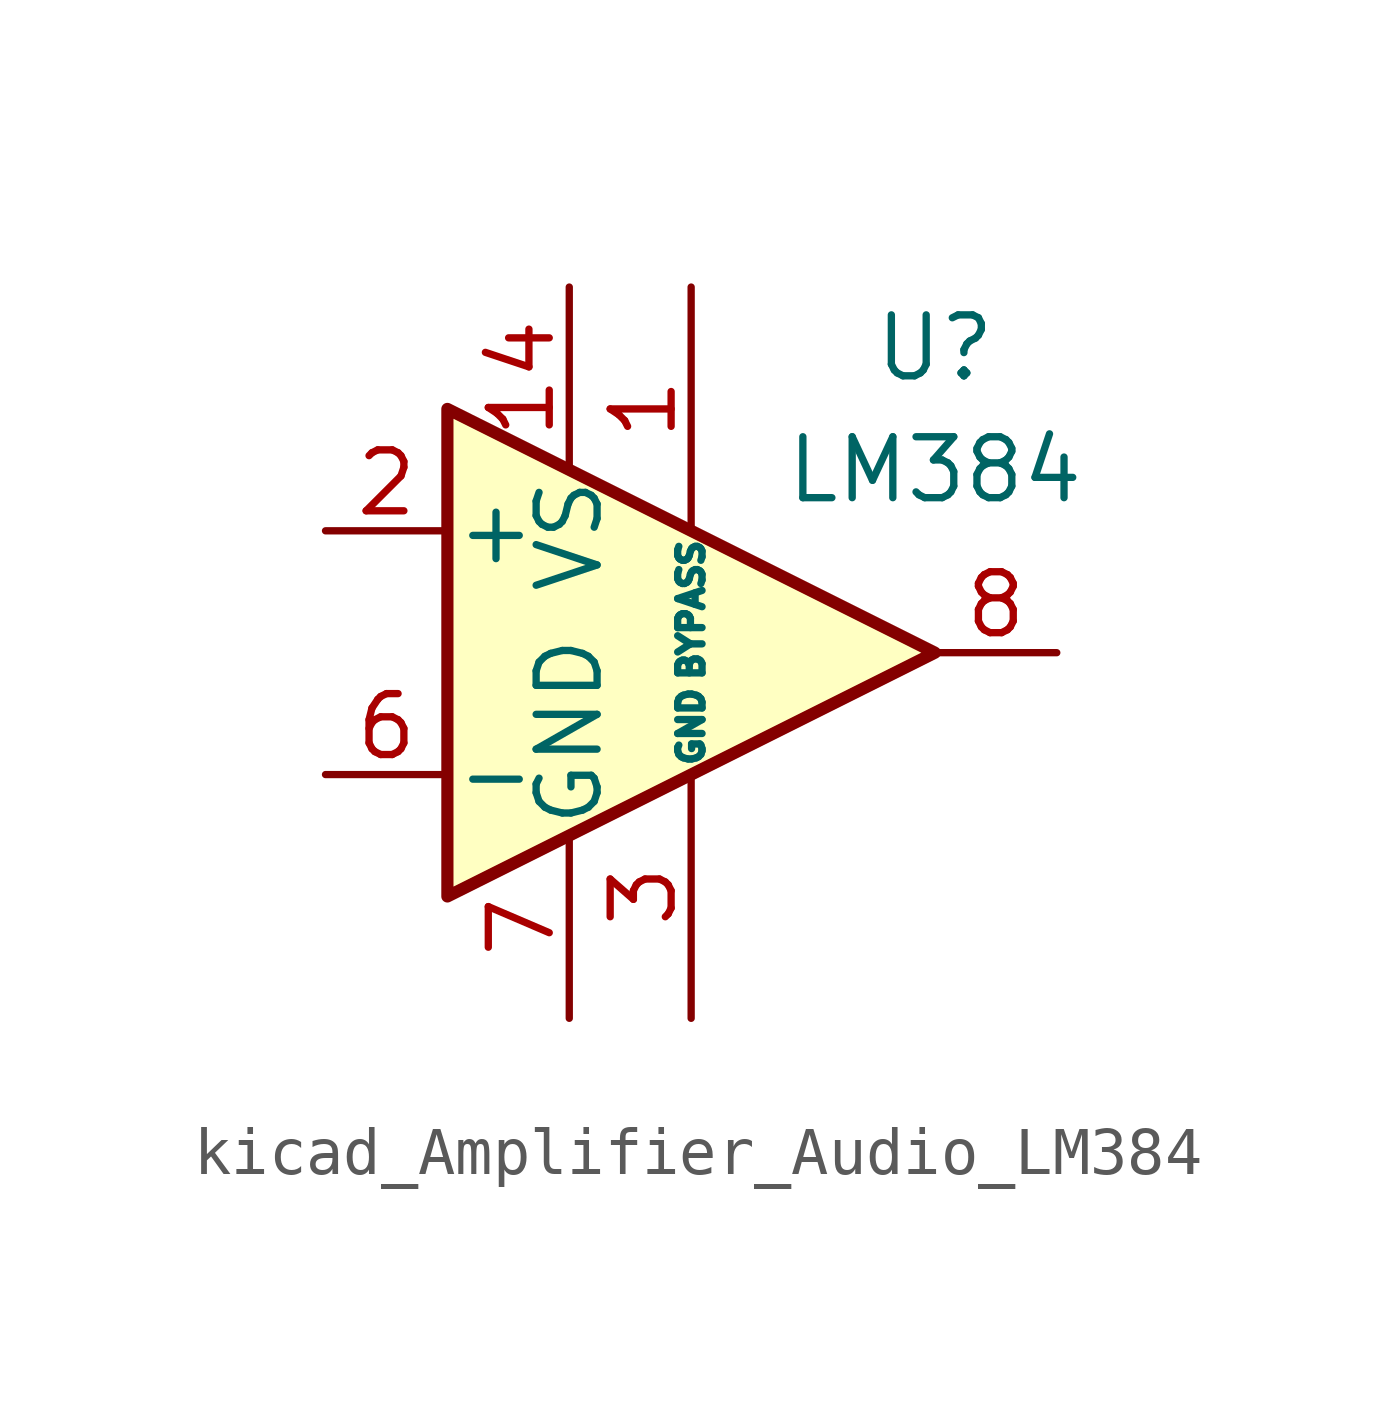
<source format=kicad_sym>
(kicad_symbol_lib
  (version 20220914)
  (generator kicad_symbol_editor)
  (symbol "kicad_Amplifier_Audio_LM384"
    (pin_names
      (offset 0.127))
    (property "Reference" "U"
      (at 5.08 6.35 0)
      (effects (font (size 1.27 1.27))))
    (property "Value" "LM384"
      (at 5.08 3.81 0)
      (effects (font (size 1.27 1.27))))
    (symbol "kicad_Amplifier_Audio_LM384_0_1"
      (polyline (pts (xy -5.08 5.08) (xy 5.08 0) (xy -5.08 -5.08) (xy -5.08 5.08)) (stroke (width 0.254) (type default)) (fill (type background))))
    (symbol "kicad_Amplifier_Audio_LM384_1_1"
      (pin passive line (at 0 7.62 270) (length 5.08) (name "BYPASS" (effects (font (size 0.508 0.508)))) (number "1" (effects (font (size 1.27 1.27)))))
      (pin passive line (at 0 -7.62 90) (length 5.08) hide (name "GND" (effects (font (size 0.508 0.508)))) (number "10" (effects (font (size 1.27 1.27)))))
      (pin passive line (at 0 -7.62 90) (length 5.08) hide (name "GND" (effects (font (size 0.508 0.508)))) (number "11" (effects (font (size 1.27 1.27)))))
      (pin passive line (at 0 -7.62 90) (length 5.08) hide (name "GND" (effects (font (size 0.508 0.508)))) (number "12" (effects (font (size 1.27 1.27)))))
      (pin no_connect line (at 0 2.54 270) (length 2.54) hide (name "NC" (effects (font (size 1.27 1.27)))) (number "13" (effects (font (size 1.27 1.27)))))
      (pin power_in line (at -2.54 7.62 270) (length 3.81) (name "VS" (effects (font (size 1.27 1.27)))) (number "14" (effects (font (size 1.27 1.27)))))
      (pin input line (at -7.62 2.54 0) (length 2.54) (name "+" (effects (font (size 1.27 1.27)))) (number "2" (effects (font (size 1.27 1.27)))))
      (pin power_in line (at 0 -7.62 90) (length 5.08) (name "GND" (effects (font (size 0.508 0.508)))) (number "3" (effects (font (size 1.27 1.27)))))
      (pin passive line (at 0 -7.62 90) (length 5.08) hide (name "GND" (effects (font (size 0.508 0.508)))) (number "4" (effects (font (size 1.27 1.27)))))
      (pin passive line (at 0 -7.62 90) (length 5.08) hide (name "GND" (effects (font (size 0.508 0.508)))) (number "5" (effects (font (size 1.27 1.27)))))
      (pin input line (at -7.62 -2.54 0) (length 2.54) (name "-" (effects (font (size 1.27 1.27)))) (number "6" (effects (font (size 1.27 1.27)))))
      (pin power_in line (at -2.54 -7.62 90) (length 3.81) (name "GND" (effects (font (size 1.27 1.27)))) (number "7" (effects (font (size 1.27 1.27)))))
      (pin output line (at 7.62 0 180) (length 2.54) (name "~" (effects (font (size 1.27 1.27)))) (number "8" (effects (font (size 1.27 1.27)))))
      (pin no_connect line (at -2.54 2.54 270) (length 2.54) hide (name "NC" (effects (font (size 1.27 1.27)))) (number "9" (effects (font (size 1.27 1.27))))))))
</source>
